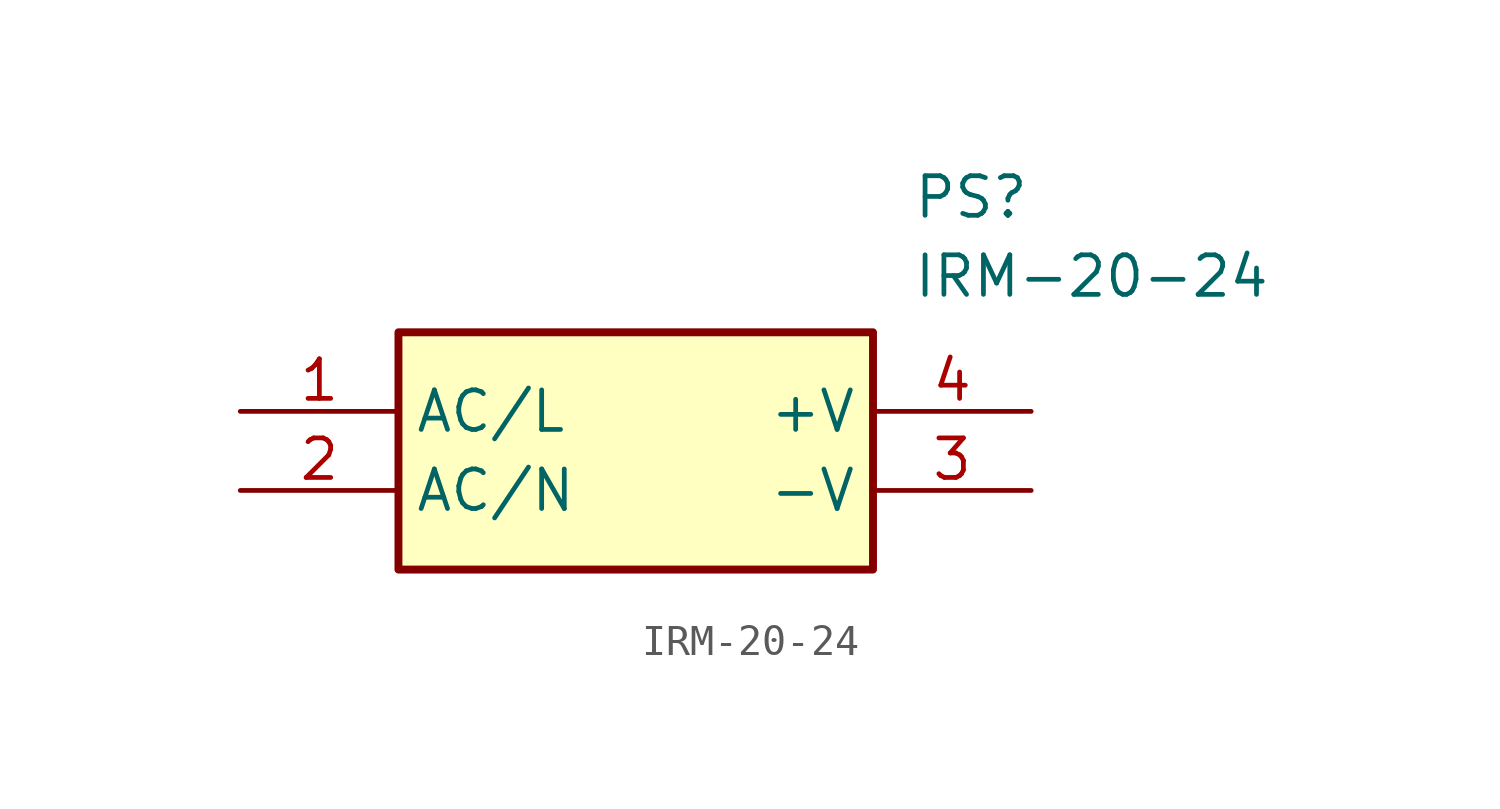
<source format=kicad_sym>
(kicad_symbol_lib
  (version 20211014)
  (generator SamacSys_ECAD_Model)
  (symbol "IRM-20-24"
    (property "Reference" "PS"
      (at 21.59 7.62 0)
      (effects (font (size 1.27 1.27)) (justify left top)))
    (property "Value" "IRM-20-24"
      (at 21.59 5.08 0)
      (effects (font (size 1.27 1.27)) (justify left top)))
    (rectangle
      (start 5.08 2.54)
      (end 20.32 -5.08)
      (stroke (width 0.254) (type default))
      (fill (type background)))
    (pin passive line
      (at 0 0 0)
      (length 5.08)
      (name "AC/L" (effects (font (size 1.27 1.27))))
      (number "1" (effects (font (size 1.27 1.27)))))
    (pin passive line
      (at 0 -2.54 0)
      (length 5.08)
      (name "AC/N" (effects (font (size 1.27 1.27))))
      (number "2" (effects (font (size 1.27 1.27)))))
    (pin passive line
      (at 25.4 -2.54 180)
      (length 5.08)
      (name "-V" (effects (font (size 1.27 1.27))))
      (number "3" (effects (font (size 1.27 1.27)))))
    (pin passive line
      (at 25.4 0 180)
      (length 5.08)
      (name "+V" (effects (font (size 1.27 1.27))))
      (number "4" (effects (font (size 1.27 1.27)))))))
</source>
